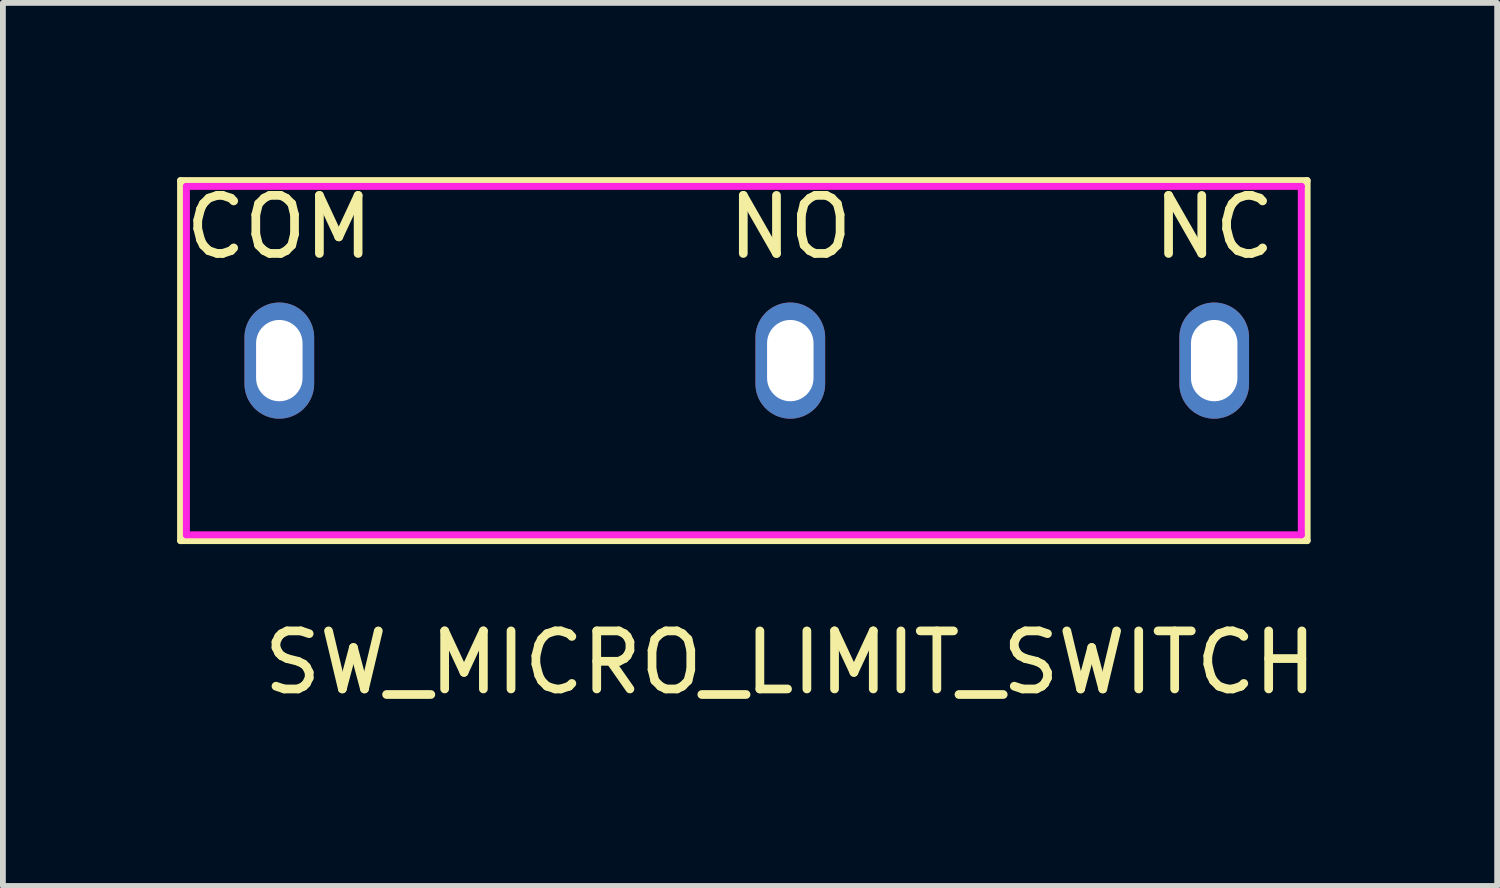
<source format=kicad_pcb>
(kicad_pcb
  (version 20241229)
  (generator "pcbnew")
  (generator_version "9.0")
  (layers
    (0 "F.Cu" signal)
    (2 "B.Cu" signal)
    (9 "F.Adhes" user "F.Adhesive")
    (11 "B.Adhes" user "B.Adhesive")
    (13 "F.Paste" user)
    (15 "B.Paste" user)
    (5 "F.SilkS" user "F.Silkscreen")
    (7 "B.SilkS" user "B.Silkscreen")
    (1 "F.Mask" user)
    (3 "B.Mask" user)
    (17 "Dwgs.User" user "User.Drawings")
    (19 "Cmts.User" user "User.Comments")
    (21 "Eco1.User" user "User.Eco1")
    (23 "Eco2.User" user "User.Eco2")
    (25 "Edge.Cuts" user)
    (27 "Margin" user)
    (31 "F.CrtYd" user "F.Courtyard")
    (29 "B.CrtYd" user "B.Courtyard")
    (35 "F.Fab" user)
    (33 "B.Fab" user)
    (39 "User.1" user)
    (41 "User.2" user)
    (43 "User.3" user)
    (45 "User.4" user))
  (footprint "SW_MICRO_LIMIT_SWITCH"
    (layer "F.Cu")
    (at 10.56 3.16)
    (property "Reference" "SW_MICRO_LIMIT_SWITCH" (at 0 5.2 0) (layer "F.SilkS") (effects (font (size 1 1) (thickness 0.15))))
    (attr through_hole)
    (fp_line (start -10.5 -3.1) (end 8.9 -3.1) (stroke (width 0.12) (type solid)) (layer "F.SilkS"))
    (fp_line (start -10.5 3.1) (end -10.5 -3.1) (stroke (width 0.12) (type solid)) (layer "F.SilkS"))
    (fp_line (start 8.9 -3.1) (end 8.9 3.1) (stroke (width 0.12) (type solid)) (layer "F.SilkS"))
    (fp_line (start 8.9 3.1) (end -10.5 3.1) (stroke (width 0.12) (type solid)) (layer "F.SilkS"))
    (fp_line (start -10.4 -3) (end -10.4 3) (stroke (width 0.12) (type solid)) (layer "F.CrtYd"))
    (fp_line (start -10.4 3) (end 8.8 3) (stroke (width 0.12) (type solid)) (layer "F.CrtYd"))
    (fp_line (start 8.8 -3) (end -10.4 -3) (stroke (width 0.12) (type solid)) (layer "F.CrtYd"))
    (fp_line (start 8.8 3) (end 8.8 -3) (stroke (width 0.12) (type solid)) (layer "F.CrtYd"))
    (fp_text user "COM" (at -8.8 -2.3 0) (layer "F.SilkS") (effects (font (size 1 1) (thickness 0.15))))
    (fp_text user "NC" (at 7.3 -2.3 0) (layer "F.SilkS") (effects (font (size 1 1) (thickness 0.15))))
    (fp_text user "NO" (at 0 -2.3 0) (layer "F.SilkS") (effects (font (size 1 1) (thickness 0.15))))
    (pad "1" thru_hole oval (at -8.8 0) (size 1.2 2) (drill oval 0.8 1.4) (layers "*.Cu" "*.Mask"))
    (pad "2" thru_hole oval (at 0 0) (size 1.2 2) (drill oval 0.8 1.4) (layers "*.Cu" "*.Mask"))
    (pad "3" thru_hole oval (at 7.3 0) (size 1.2 2) (drill oval 0.8 1.4) (layers "*.Cu" "*.Mask")))
  (gr_rect
    (start -3 -3)
    (end 22.733 12.208)
    (stroke (width 0.1) (type default))
    (fill no)
    (layer "Edge.Cuts")))
</source>
